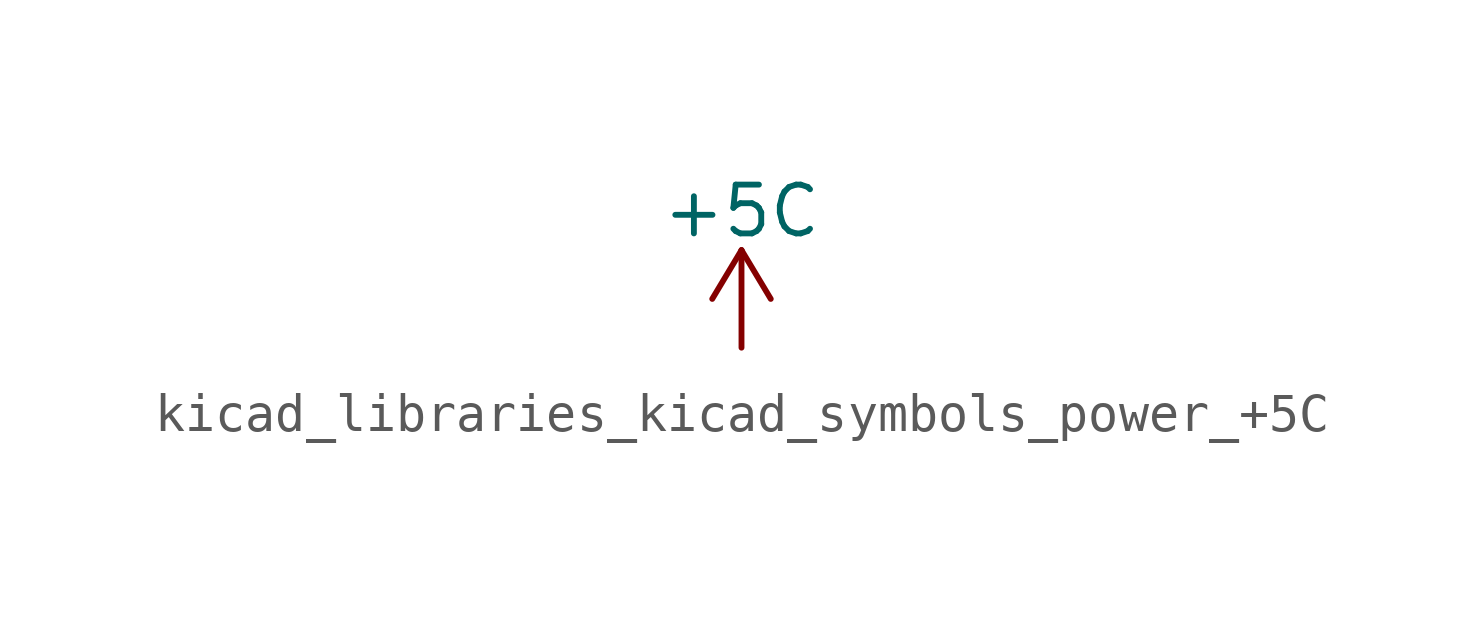
<source format=kicad_sym>
(kicad_symbol_lib
  (version 20220914)
  (generator kicad_symbol_editor)
  (symbol "kicad_libraries_kicad_symbols_power_+5C"
    (power)
    (pin_names
      (offset 0))
    (property "Reference" "#PWR"
      (at 0 -3.81 0)
      (effects (font (size 1.27 1.27)) hide))
    (property "Value" "+5C"
      (at 0 3.556 0)
      (effects (font (size 1.27 1.27))))
    (symbol "kicad_libraries_kicad_symbols_power_+5C_0_1"
      (polyline (pts (xy -0.762 1.27) (xy 0 2.54)) (stroke (width 0) (type default)) (fill (type none)))
      (polyline (pts (xy 0 0) (xy 0 2.54)) (stroke (width 0) (type default)) (fill (type none)))
      (polyline (pts (xy 0 2.54) (xy 0.762 1.27)) (stroke (width 0) (type default)) (fill (type none))))
    (symbol "kicad_libraries_kicad_symbols_power_+5C_1_1"
      (pin power_in line (at 0 0 90) (length 0) hide (name "+5C" (effects (font (size 1.27 1.27)))) (number "1" (effects (font (size 1.27 1.27))))))))
</source>
